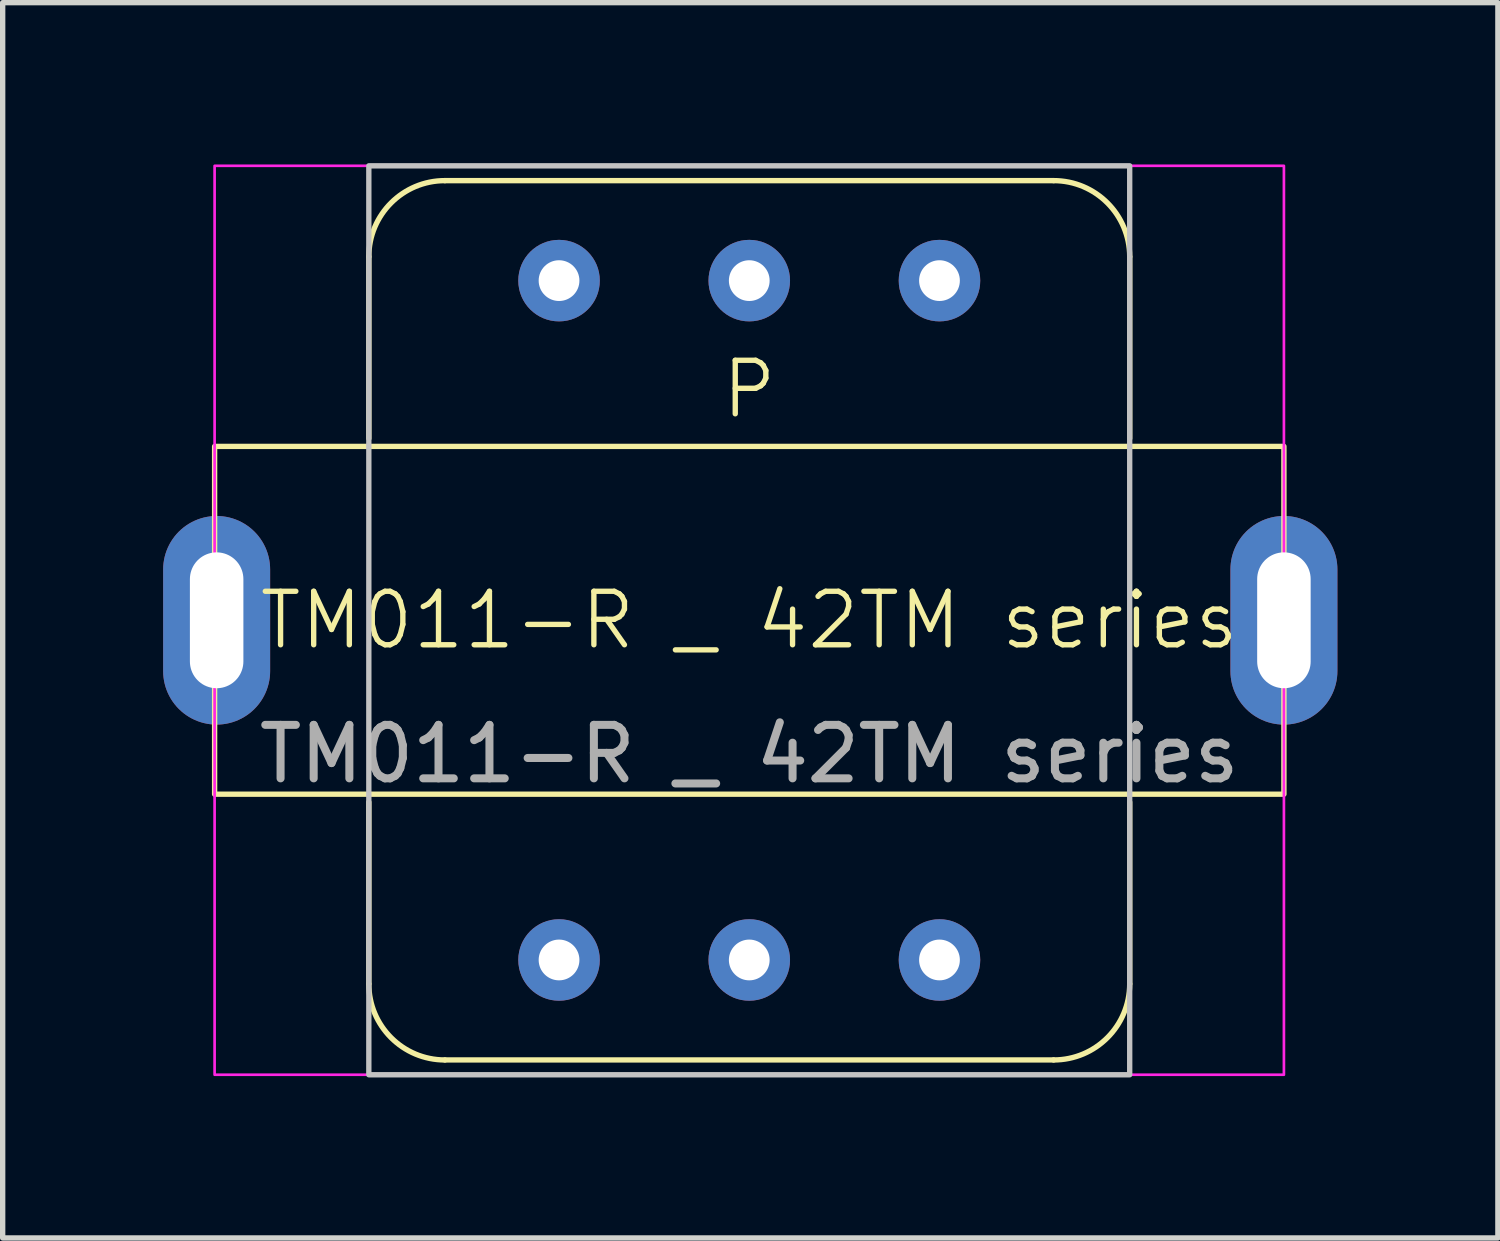
<source format=kicad_pcb>
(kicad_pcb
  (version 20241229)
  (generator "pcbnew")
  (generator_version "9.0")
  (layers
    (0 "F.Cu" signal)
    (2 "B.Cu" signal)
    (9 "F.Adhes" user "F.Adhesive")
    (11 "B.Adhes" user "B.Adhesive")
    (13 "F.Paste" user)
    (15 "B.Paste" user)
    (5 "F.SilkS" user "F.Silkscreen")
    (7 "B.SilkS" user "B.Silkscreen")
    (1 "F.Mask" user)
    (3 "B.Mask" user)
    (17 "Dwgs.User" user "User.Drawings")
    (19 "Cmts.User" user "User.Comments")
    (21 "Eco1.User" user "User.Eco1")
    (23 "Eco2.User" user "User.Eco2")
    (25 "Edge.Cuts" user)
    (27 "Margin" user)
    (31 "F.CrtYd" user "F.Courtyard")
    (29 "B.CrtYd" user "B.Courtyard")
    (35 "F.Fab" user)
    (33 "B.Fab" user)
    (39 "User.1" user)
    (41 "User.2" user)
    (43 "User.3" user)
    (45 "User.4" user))
  (footprint "TM011-R _ 42TM series"
    (layer "F.Cu")
    (at 10.957 8.546)
    (property "Reference" "TM011-R _ 42TM series" (at 0 0 0) (unlocked yes) (layer "F.SilkS") (effects (font (size 1 1) (thickness 0.1))))
    (attr through_hole exclude_from_bom)
    (fp_line (start -7.112 -6.797) (end -7.112 -3.399) (stroke (width 0.1) (type default)) (layer "F.SilkS"))
    (fp_line (start -7.112 3.399) (end -7.112 6.797) (stroke (width 0.1) (type default)) (layer "F.SilkS"))
    (fp_line (start -5.69 8.219) (end 5.69 8.219) (stroke (width 0.1) (type default)) (layer "F.SilkS"))
    (fp_line (start 5.69 -8.219) (end -5.69 -8.219) (stroke (width 0.1) (type default)) (layer "F.SilkS"))
    (fp_line (start 7.112 -3.399) (end 7.112 -6.797) (stroke (width 0.1) (type default)) (layer "F.SilkS"))
    (fp_line (start 7.112 6.797) (end 7.112 3.399) (stroke (width 0.1) (type default)) (layer "F.SilkS"))
    (fp_rect (start -9.995 -3.251) (end 9.995 3.251) (stroke (width 0.1) (type default)) (fill no) (layer "F.SilkS"))
    (fp_arc (start -7.112 -6.79704) (mid -6.695389 -7.802829) (end -5.6896 -8.21944) (stroke (width 0.1) (type default)) (layer "F.SilkS"))
    (fp_arc (start -5.6896 8.21944) (mid -6.695389 7.802829) (end -7.112 6.79704) (stroke (width 0.1) (type default)) (layer "F.SilkS"))
    (fp_arc (start 5.6896 -8.21944) (mid 6.695389 -7.802829) (end 7.112 -6.79704) (stroke (width 0.1) (type default)) (layer "F.SilkS"))
    (fp_arc (start 7.112 6.79704) (mid 6.695389 7.802829) (end 5.6896 8.21944) (stroke (width 0.1) (type default)) (layer "F.SilkS"))
    (fp_rect (start -7.112 -8.496) (end 7.112 8.496) (stroke (width 0.1) (type default)) (fill no) (layer "Dwgs.User"))
    (fp_rect (start -9.995 -8.496) (end 9.995 8.496) (stroke (width 0.05) (type default)) (fill no) (layer "F.CrtYd"))
    (fp_text user "P" (at 0 -4.318 0) (unlocked yes) (layer "F.SilkS") (effects (font (size 1 1) (thickness 0.1))))
    (fp_text user "${REFERENCE}" (at 0 2.5 0) (unlocked yes) (layer "F.Fab") (effects (font (size 1 1) (thickness 0.15))))
    (pad "" thru_hole oval (at -9.957 0) (size 2 3.9) (drill oval 1 2.54) (layers "*.Cu" "*.Mask"))
    (pad "" thru_hole oval (at 9.995 0) (size 2 3.9) (drill oval 1 2.54) (layers "*.Cu" "*.Mask"))
    (pad "1" thru_hole circle (at 3.556 -6.35) (size 1.524 1.524) (drill 0.762) (layers "*.Cu" "*.Mask"))
    (pad "2" thru_hole circle (at 0 -6.35) (size 1.524 1.524) (drill 0.762) (layers "*.Cu" "*.Mask"))
    (pad "3" thru_hole circle (at -3.556 -6.35) (size 1.524 1.524) (drill 0.762) (layers "*.Cu" "*.Mask"))
    (pad "4" thru_hole circle (at -3.556 6.35) (size 1.524 1.524) (drill 0.762) (layers "*.Cu" "*.Mask"))
    (pad "5" thru_hole circle (at 0 6.35) (size 1.524 1.524) (drill 0.762) (layers "*.Cu" "*.Mask"))
    (pad "6" thru_hole circle (at 3.556 6.35) (size 1.524 1.524) (drill 0.762) (layers "*.Cu" "*.Mask")))
  (gr_rect
    (start -3 -3)
    (end 24.952 20.093)
    (stroke (width 0.1) (type default))
    (fill no)
    (layer "Edge.Cuts")))
</source>
